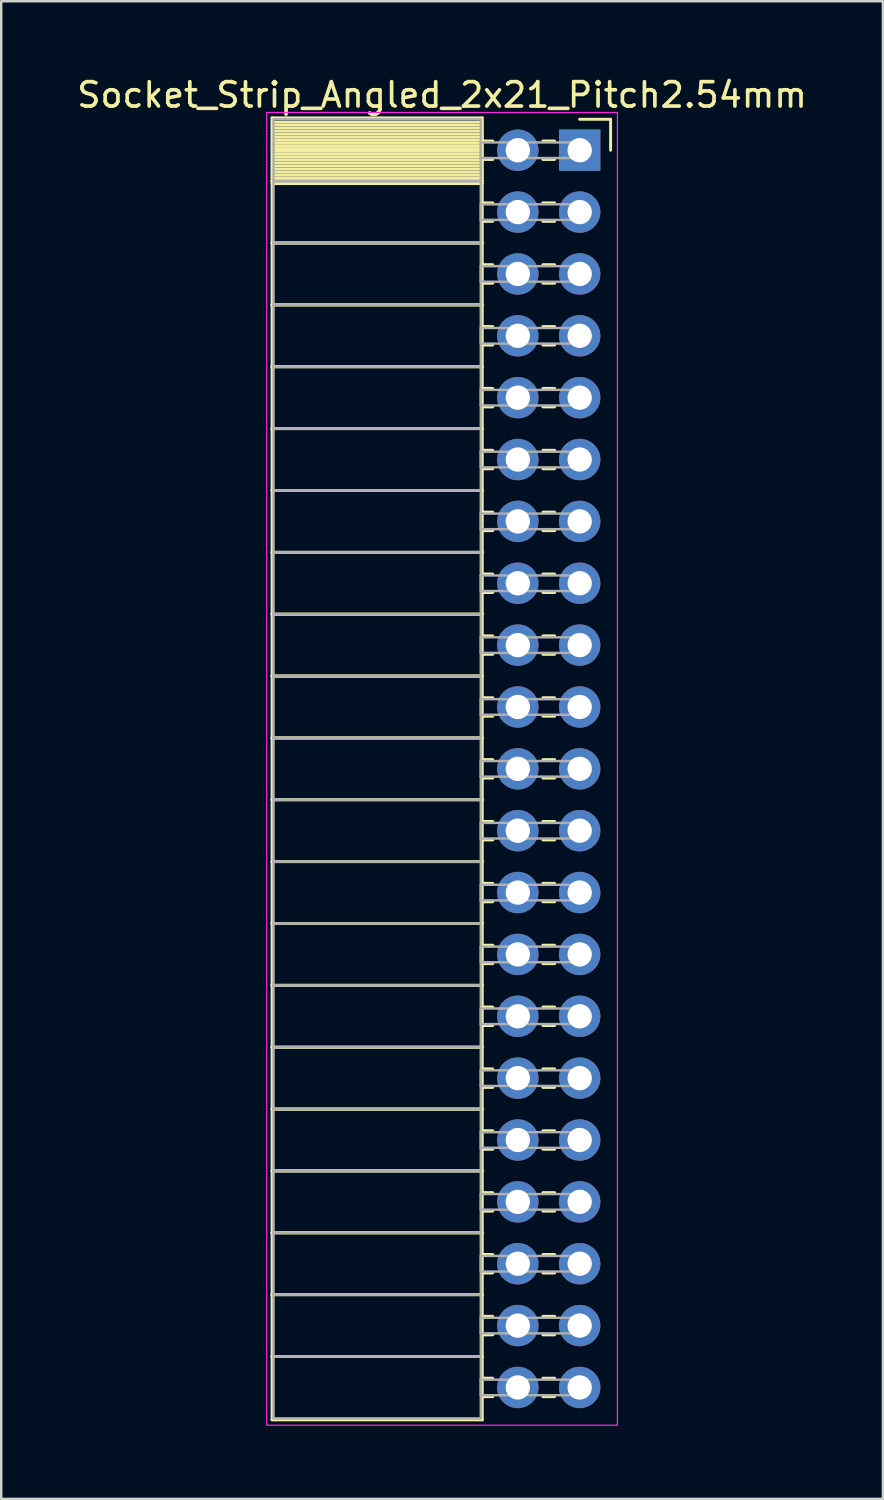
<source format=kicad_pcb>
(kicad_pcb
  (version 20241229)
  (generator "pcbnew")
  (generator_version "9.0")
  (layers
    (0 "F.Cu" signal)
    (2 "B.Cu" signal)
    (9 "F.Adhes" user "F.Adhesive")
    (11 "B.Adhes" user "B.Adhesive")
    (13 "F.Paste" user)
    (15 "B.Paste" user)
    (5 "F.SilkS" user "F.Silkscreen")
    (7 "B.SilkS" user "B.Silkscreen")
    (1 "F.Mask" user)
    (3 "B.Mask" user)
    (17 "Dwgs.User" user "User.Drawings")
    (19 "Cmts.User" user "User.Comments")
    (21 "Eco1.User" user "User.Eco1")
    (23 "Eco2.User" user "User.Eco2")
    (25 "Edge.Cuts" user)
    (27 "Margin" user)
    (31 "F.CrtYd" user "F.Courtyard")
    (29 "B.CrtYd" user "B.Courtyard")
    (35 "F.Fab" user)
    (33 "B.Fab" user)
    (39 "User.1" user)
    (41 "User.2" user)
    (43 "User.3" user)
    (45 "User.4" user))
  (footprint "Socket_Strip_Angled_2x21_Pitch2.54mm"
    (layer "F.Cu")
    (at 20.751 3.118)
    (property "Reference" "Socket_Strip_Angled_2x21_Pitch2.54mm" (at -5.65 -2.27 0) (layer "F.SilkS") (effects (font (size 1 1) (thickness 0.15))))
    (attr through_hole)
    (fp_line (start -12.63 -1.33) (end -4 -1.33) (stroke (width 0.12) (type solid)) (layer "F.SilkS"))
    (fp_line (start -12.63 1.27) (end -12.63 -1.33) (stroke (width 0.12) (type solid)) (layer "F.SilkS"))
    (fp_line (start -12.63 1.27) (end -4 1.27) (stroke (width 0.12) (type solid)) (layer "F.SilkS"))
    (fp_line (start -12.63 3.81) (end -12.63 1.27) (stroke (width 0.12) (type solid)) (layer "F.SilkS"))
    (fp_line (start -12.63 3.81) (end -4 3.81) (stroke (width 0.12) (type solid)) (layer "F.SilkS"))
    (fp_line (start -12.63 6.35) (end -12.63 3.81) (stroke (width 0.12) (type solid)) (layer "F.SilkS"))
    (fp_line (start -12.63 6.35) (end -4 6.35) (stroke (width 0.12) (type solid)) (layer "F.SilkS"))
    (fp_line (start -12.63 8.89) (end -12.63 6.35) (stroke (width 0.12) (type solid)) (layer "F.SilkS"))
    (fp_line (start -12.63 8.89) (end -4 8.89) (stroke (width 0.12) (type solid)) (layer "F.SilkS"))
    (fp_line (start -12.63 11.43) (end -12.63 8.89) (stroke (width 0.12) (type solid)) (layer "F.SilkS"))
    (fp_line (start -12.63 11.43) (end -4 11.43) (stroke (width 0.12) (type solid)) (layer "F.SilkS"))
    (fp_line (start -12.63 13.97) (end -12.63 11.43) (stroke (width 0.12) (type solid)) (layer "F.SilkS"))
    (fp_line (start -12.63 13.97) (end -4 13.97) (stroke (width 0.12) (type solid)) (layer "F.SilkS"))
    (fp_line (start -12.63 16.51) (end -12.63 13.97) (stroke (width 0.12) (type solid)) (layer "F.SilkS"))
    (fp_line (start -12.63 16.51) (end -4 16.51) (stroke (width 0.12) (type solid)) (layer "F.SilkS"))
    (fp_line (start -12.63 19.05) (end -12.63 16.51) (stroke (width 0.12) (type solid)) (layer "F.SilkS"))
    (fp_line (start -12.63 19.05) (end -4 19.05) (stroke (width 0.12) (type solid)) (layer "F.SilkS"))
    (fp_line (start -12.63 21.59) (end -12.63 19.05) (stroke (width 0.12) (type solid)) (layer "F.SilkS"))
    (fp_line (start -12.63 21.59) (end -4 21.59) (stroke (width 0.12) (type solid)) (layer "F.SilkS"))
    (fp_line (start -12.63 24.13) (end -12.63 21.59) (stroke (width 0.12) (type solid)) (layer "F.SilkS"))
    (fp_line (start -12.63 24.13) (end -4 24.13) (stroke (width 0.12) (type solid)) (layer "F.SilkS"))
    (fp_line (start -12.63 26.67) (end -12.63 24.13) (stroke (width 0.12) (type solid)) (layer "F.SilkS"))
    (fp_line (start -12.63 26.67) (end -4 26.67) (stroke (width 0.12) (type solid)) (layer "F.SilkS"))
    (fp_line (start -12.63 29.21) (end -12.63 26.67) (stroke (width 0.12) (type solid)) (layer "F.SilkS"))
    (fp_line (start -12.63 29.21) (end -4 29.21) (stroke (width 0.12) (type solid)) (layer "F.SilkS"))
    (fp_line (start -12.63 31.75) (end -12.63 29.21) (stroke (width 0.12) (type solid)) (layer "F.SilkS"))
    (fp_line (start -12.63 31.75) (end -4 31.75) (stroke (width 0.12) (type solid)) (layer "F.SilkS"))
    (fp_line (start -12.63 34.29) (end -12.63 31.75) (stroke (width 0.12) (type solid)) (layer "F.SilkS"))
    (fp_line (start -12.63 34.29) (end -4 34.29) (stroke (width 0.12) (type solid)) (layer "F.SilkS"))
    (fp_line (start -12.63 36.83) (end -12.63 34.29) (stroke (width 0.12) (type solid)) (layer "F.SilkS"))
    (fp_line (start -12.63 36.83) (end -4 36.83) (stroke (width 0.12) (type solid)) (layer "F.SilkS"))
    (fp_line (start -12.63 39.37) (end -12.63 36.83) (stroke (width 0.12) (type solid)) (layer "F.SilkS"))
    (fp_line (start -12.63 39.37) (end -4 39.37) (stroke (width 0.12) (type solid)) (layer "F.SilkS"))
    (fp_line (start -12.63 41.91) (end -12.63 39.37) (stroke (width 0.12) (type solid)) (layer "F.SilkS"))
    (fp_line (start -12.63 41.91) (end -4 41.91) (stroke (width 0.12) (type solid)) (layer "F.SilkS"))
    (fp_line (start -12.63 44.45) (end -12.63 41.91) (stroke (width 0.12) (type solid)) (layer "F.SilkS"))
    (fp_line (start -12.63 44.45) (end -4 44.45) (stroke (width 0.12) (type solid)) (layer "F.SilkS"))
    (fp_line (start -12.63 46.99) (end -12.63 44.45) (stroke (width 0.12) (type solid)) (layer "F.SilkS"))
    (fp_line (start -12.63 46.99) (end -4 46.99) (stroke (width 0.12) (type solid)) (layer "F.SilkS"))
    (fp_line (start -12.63 49.53) (end -12.63 46.99) (stroke (width 0.12) (type solid)) (layer "F.SilkS"))
    (fp_line (start -12.63 49.53) (end -4 49.53) (stroke (width 0.12) (type solid)) (layer "F.SilkS"))
    (fp_line (start -12.63 52.13) (end -12.63 49.53) (stroke (width 0.12) (type solid)) (layer "F.SilkS"))
    (fp_line (start -4 -1.33) (end -4 1.27) (stroke (width 0.12) (type solid)) (layer "F.SilkS"))
    (fp_line (start -4 -1.15) (end -12.63 -1.15) (stroke (width 0.12) (type solid)) (layer "F.SilkS"))
    (fp_line (start -4 -1.03) (end -12.63 -1.03) (stroke (width 0.12) (type solid)) (layer "F.SilkS"))
    (fp_line (start -4 -0.91) (end -12.63 -0.91) (stroke (width 0.12) (type solid)) (layer "F.SilkS"))
    (fp_line (start -4 -0.79) (end -12.63 -0.79) (stroke (width 0.12) (type solid)) (layer "F.SilkS"))
    (fp_line (start -4 -0.67) (end -12.63 -0.67) (stroke (width 0.12) (type solid)) (layer "F.SilkS"))
    (fp_line (start -4 -0.55) (end -12.63 -0.55) (stroke (width 0.12) (type solid)) (layer "F.SilkS"))
    (fp_line (start -4 -0.43) (end -12.63 -0.43) (stroke (width 0.12) (type solid)) (layer "F.SilkS"))
    (fp_line (start -4 -0.31) (end -12.63 -0.31) (stroke (width 0.12) (type solid)) (layer "F.SilkS"))
    (fp_line (start -4 -0.19) (end -12.63 -0.19) (stroke (width 0.12) (type solid)) (layer "F.SilkS"))
    (fp_line (start -4 -0.07) (end -12.63 -0.07) (stroke (width 0.12) (type solid)) (layer "F.SilkS"))
    (fp_line (start -4 0.05) (end -12.63 0.05) (stroke (width 0.12) (type solid)) (layer "F.SilkS"))
    (fp_line (start -4 0.17) (end -12.63 0.17) (stroke (width 0.12) (type solid)) (layer "F.SilkS"))
    (fp_line (start -4 0.29) (end -12.63 0.29) (stroke (width 0.12) (type solid)) (layer "F.SilkS"))
    (fp_line (start -4 0.41) (end -12.63 0.41) (stroke (width 0.12) (type solid)) (layer "F.SilkS"))
    (fp_line (start -4 0.53) (end -12.63 0.53) (stroke (width 0.12) (type solid)) (layer "F.SilkS"))
    (fp_line (start -4 0.65) (end -12.63 0.65) (stroke (width 0.12) (type solid)) (layer "F.SilkS"))
    (fp_line (start -4 0.77) (end -12.63 0.77) (stroke (width 0.12) (type solid)) (layer "F.SilkS"))
    (fp_line (start -4 0.89) (end -12.63 0.89) (stroke (width 0.12) (type solid)) (layer "F.SilkS"))
    (fp_line (start -4 1.01) (end -12.63 1.01) (stroke (width 0.12) (type solid)) (layer "F.SilkS"))
    (fp_line (start -4 1.13) (end -12.63 1.13) (stroke (width 0.12) (type solid)) (layer "F.SilkS"))
    (fp_line (start -4 1.25) (end -12.63 1.25) (stroke (width 0.12) (type solid)) (layer "F.SilkS"))
    (fp_line (start -4 1.27) (end -12.63 1.27) (stroke (width 0.12) (type solid)) (layer "F.SilkS"))
    (fp_line (start -4 1.27) (end -4 3.81) (stroke (width 0.12) (type solid)) (layer "F.SilkS"))
    (fp_line (start -4 1.37) (end -12.63 1.37) (stroke (width 0.12) (type solid)) (layer "F.SilkS"))
    (fp_line (start -4 3.81) (end -12.63 3.81) (stroke (width 0.12) (type solid)) (layer "F.SilkS"))
    (fp_line (start -4 3.81) (end -4 6.35) (stroke (width 0.12) (type solid)) (layer "F.SilkS"))
    (fp_line (start -4 6.35) (end -12.63 6.35) (stroke (width 0.12) (type solid)) (layer "F.SilkS"))
    (fp_line (start -4 6.35) (end -4 8.89) (stroke (width 0.12) (type solid)) (layer "F.SilkS"))
    (fp_line (start -4 8.89) (end -12.63 8.89) (stroke (width 0.12) (type solid)) (layer "F.SilkS"))
    (fp_line (start -4 8.89) (end -4 11.43) (stroke (width 0.12) (type solid)) (layer "F.SilkS"))
    (fp_line (start -4 11.43) (end -12.63 11.43) (stroke (width 0.12) (type solid)) (layer "F.SilkS"))
    (fp_line (start -4 11.43) (end -4 13.97) (stroke (width 0.12) (type solid)) (layer "F.SilkS"))
    (fp_line (start -4 13.97) (end -12.63 13.97) (stroke (width 0.12) (type solid)) (layer "F.SilkS"))
    (fp_line (start -4 13.97) (end -4 16.51) (stroke (width 0.12) (type solid)) (layer "F.SilkS"))
    (fp_line (start -4 16.51) (end -12.63 16.51) (stroke (width 0.12) (type solid)) (layer "F.SilkS"))
    (fp_line (start -4 16.51) (end -4 19.05) (stroke (width 0.12) (type solid)) (layer "F.SilkS"))
    (fp_line (start -4 19.05) (end -12.63 19.05) (stroke (width 0.12) (type solid)) (layer "F.SilkS"))
    (fp_line (start -4 19.05) (end -4 21.59) (stroke (width 0.12) (type solid)) (layer "F.SilkS"))
    (fp_line (start -4 21.59) (end -12.63 21.59) (stroke (width 0.12) (type solid)) (layer "F.SilkS"))
    (fp_line (start -4 21.59) (end -4 24.13) (stroke (width 0.12) (type solid)) (layer "F.SilkS"))
    (fp_line (start -4 24.13) (end -12.63 24.13) (stroke (width 0.12) (type solid)) (layer "F.SilkS"))
    (fp_line (start -4 24.13) (end -4 26.67) (stroke (width 0.12) (type solid)) (layer "F.SilkS"))
    (fp_line (start -4 26.67) (end -12.63 26.67) (stroke (width 0.12) (type solid)) (layer "F.SilkS"))
    (fp_line (start -4 26.67) (end -4 29.21) (stroke (width 0.12) (type solid)) (layer "F.SilkS"))
    (fp_line (start -4 29.21) (end -12.63 29.21) (stroke (width 0.12) (type solid)) (layer "F.SilkS"))
    (fp_line (start -4 29.21) (end -4 31.75) (stroke (width 0.12) (type solid)) (layer "F.SilkS"))
    (fp_line (start -4 31.75) (end -12.63 31.75) (stroke (width 0.12) (type solid)) (layer "F.SilkS"))
    (fp_line (start -4 31.75) (end -4 34.29) (stroke (width 0.12) (type solid)) (layer "F.SilkS"))
    (fp_line (start -4 34.29) (end -12.63 34.29) (stroke (width 0.12) (type solid)) (layer "F.SilkS"))
    (fp_line (start -4 34.29) (end -4 36.83) (stroke (width 0.12) (type solid)) (layer "F.SilkS"))
    (fp_line (start -4 36.83) (end -12.63 36.83) (stroke (width 0.12) (type solid)) (layer "F.SilkS"))
    (fp_line (start -4 36.83) (end -4 39.37) (stroke (width 0.12) (type solid)) (layer "F.SilkS"))
    (fp_line (start -4 39.37) (end -12.63 39.37) (stroke (width 0.12) (type solid)) (layer "F.SilkS"))
    (fp_line (start -4 39.37) (end -4 41.91) (stroke (width 0.12) (type solid)) (layer "F.SilkS"))
    (fp_line (start -4 41.91) (end -12.63 41.91) (stroke (width 0.12) (type solid)) (layer "F.SilkS"))
    (fp_line (start -4 41.91) (end -4 44.45) (stroke (width 0.12) (type solid)) (layer "F.SilkS"))
    (fp_line (start -4 44.45) (end -12.63 44.45) (stroke (width 0.12) (type solid)) (layer "F.SilkS"))
    (fp_line (start -4 44.45) (end -4 46.99) (stroke (width 0.12) (type solid)) (layer "F.SilkS"))
    (fp_line (start -4 46.99) (end -12.63 46.99) (stroke (width 0.12) (type solid)) (layer "F.SilkS"))
    (fp_line (start -4 46.99) (end -4 49.53) (stroke (width 0.12) (type solid)) (layer "F.SilkS"))
    (fp_line (start -4 49.53) (end -12.63 49.53) (stroke (width 0.12) (type solid)) (layer "F.SilkS"))
    (fp_line (start -4 49.53) (end -4 52.13) (stroke (width 0.12) (type solid)) (layer "F.SilkS"))
    (fp_line (start -4 52.13) (end -12.63 52.13) (stroke (width 0.12) (type solid)) (layer "F.SilkS"))
    (fp_line (start -3.57 -0.38) (end -4 -0.38) (stroke (width 0.12) (type solid)) (layer "F.SilkS"))
    (fp_line (start -3.57 0.38) (end -4 0.38) (stroke (width 0.12) (type solid)) (layer "F.SilkS"))
    (fp_line (start -3.57 2.16) (end -4 2.16) (stroke (width 0.12) (type solid)) (layer "F.SilkS"))
    (fp_line (start -3.57 2.92) (end -4 2.92) (stroke (width 0.12) (type solid)) (layer "F.SilkS"))
    (fp_line (start -3.57 4.7) (end -4 4.7) (stroke (width 0.12) (type solid)) (layer "F.SilkS"))
    (fp_line (start -3.57 5.46) (end -4 5.46) (stroke (width 0.12) (type solid)) (layer "F.SilkS"))
    (fp_line (start -3.57 7.24) (end -4 7.24) (stroke (width 0.12) (type solid)) (layer "F.SilkS"))
    (fp_line (start -3.57 8) (end -4 8) (stroke (width 0.12) (type solid)) (layer "F.SilkS"))
    (fp_line (start -3.57 9.78) (end -4 9.78) (stroke (width 0.12) (type solid)) (layer "F.SilkS"))
    (fp_line (start -3.57 10.54) (end -4 10.54) (stroke (width 0.12) (type solid)) (layer "F.SilkS"))
    (fp_line (start -3.57 12.32) (end -4 12.32) (stroke (width 0.12) (type solid)) (layer "F.SilkS"))
    (fp_line (start -3.57 13.08) (end -4 13.08) (stroke (width 0.12) (type solid)) (layer "F.SilkS"))
    (fp_line (start -3.57 14.86) (end -4 14.86) (stroke (width 0.12) (type solid)) (layer "F.SilkS"))
    (fp_line (start -3.57 15.62) (end -4 15.62) (stroke (width 0.12) (type solid)) (layer "F.SilkS"))
    (fp_line (start -3.57 17.4) (end -4 17.4) (stroke (width 0.12) (type solid)) (layer "F.SilkS"))
    (fp_line (start -3.57 18.16) (end -4 18.16) (stroke (width 0.12) (type solid)) (layer "F.SilkS"))
    (fp_line (start -3.57 19.94) (end -4 19.94) (stroke (width 0.12) (type solid)) (layer "F.SilkS"))
    (fp_line (start -3.57 20.7) (end -4 20.7) (stroke (width 0.12) (type solid)) (layer "F.SilkS"))
    (fp_line (start -3.57 22.48) (end -4 22.48) (stroke (width 0.12) (type solid)) (layer "F.SilkS"))
    (fp_line (start -3.57 23.24) (end -4 23.24) (stroke (width 0.12) (type solid)) (layer "F.SilkS"))
    (fp_line (start -3.57 25.02) (end -4 25.02) (stroke (width 0.12) (type solid)) (layer "F.SilkS"))
    (fp_line (start -3.57 25.78) (end -4 25.78) (stroke (width 0.12) (type solid)) (layer "F.SilkS"))
    (fp_line (start -3.57 27.56) (end -4 27.56) (stroke (width 0.12) (type solid)) (layer "F.SilkS"))
    (fp_line (start -3.57 28.32) (end -4 28.32) (stroke (width 0.12) (type solid)) (layer "F.SilkS"))
    (fp_line (start -3.57 30.1) (end -4 30.1) (stroke (width 0.12) (type solid)) (layer "F.SilkS"))
    (fp_line (start -3.57 30.86) (end -4 30.86) (stroke (width 0.12) (type solid)) (layer "F.SilkS"))
    (fp_line (start -3.57 32.64) (end -4 32.64) (stroke (width 0.12) (type solid)) (layer "F.SilkS"))
    (fp_line (start -3.57 33.4) (end -4 33.4) (stroke (width 0.12) (type solid)) (layer "F.SilkS"))
    (fp_line (start -3.57 35.18) (end -4 35.18) (stroke (width 0.12) (type solid)) (layer "F.SilkS"))
    (fp_line (start -3.57 35.94) (end -4 35.94) (stroke (width 0.12) (type solid)) (layer "F.SilkS"))
    (fp_line (start -3.57 37.72) (end -4 37.72) (stroke (width 0.12) (type solid)) (layer "F.SilkS"))
    (fp_line (start -3.57 38.48) (end -4 38.48) (stroke (width 0.12) (type solid)) (layer "F.SilkS"))
    (fp_line (start -3.57 40.26) (end -4 40.26) (stroke (width 0.12) (type solid)) (layer "F.SilkS"))
    (fp_line (start -3.57 41.02) (end -4 41.02) (stroke (width 0.12) (type solid)) (layer "F.SilkS"))
    (fp_line (start -3.57 42.8) (end -4 42.8) (stroke (width 0.12) (type solid)) (layer "F.SilkS"))
    (fp_line (start -3.57 43.56) (end -4 43.56) (stroke (width 0.12) (type solid)) (layer "F.SilkS"))
    (fp_line (start -3.57 45.34) (end -4 45.34) (stroke (width 0.12) (type solid)) (layer "F.SilkS"))
    (fp_line (start -3.57 46.1) (end -4 46.1) (stroke (width 0.12) (type solid)) (layer "F.SilkS"))
    (fp_line (start -3.57 47.88) (end -4 47.88) (stroke (width 0.12) (type solid)) (layer "F.SilkS"))
    (fp_line (start -3.57 48.64) (end -4 48.64) (stroke (width 0.12) (type solid)) (layer "F.SilkS"))
    (fp_line (start -3.57 50.42) (end -4 50.42) (stroke (width 0.12) (type solid)) (layer "F.SilkS"))
    (fp_line (start -3.57 51.18) (end -4 51.18) (stroke (width 0.12) (type solid)) (layer "F.SilkS"))
    (fp_line (start -1.03 -0.38) (end -1.51 -0.38) (stroke (width 0.12) (type solid)) (layer "F.SilkS"))
    (fp_line (start -1.03 0.38) (end -1.51 0.38) (stroke (width 0.12) (type solid)) (layer "F.SilkS"))
    (fp_line (start -1.03 2.16) (end -1.51 2.16) (stroke (width 0.12) (type solid)) (layer "F.SilkS"))
    (fp_line (start -1.03 2.92) (end -1.51 2.92) (stroke (width 0.12) (type solid)) (layer "F.SilkS"))
    (fp_line (start -1.03 4.7) (end -1.51 4.7) (stroke (width 0.12) (type solid)) (layer "F.SilkS"))
    (fp_line (start -1.03 5.46) (end -1.51 5.46) (stroke (width 0.12) (type solid)) (layer "F.SilkS"))
    (fp_line (start -1.03 7.24) (end -1.51 7.24) (stroke (width 0.12) (type solid)) (layer "F.SilkS"))
    (fp_line (start -1.03 8) (end -1.51 8) (stroke (width 0.12) (type solid)) (layer "F.SilkS"))
    (fp_line (start -1.03 9.78) (end -1.51 9.78) (stroke (width 0.12) (type solid)) (layer "F.SilkS"))
    (fp_line (start -1.03 10.54) (end -1.51 10.54) (stroke (width 0.12) (type solid)) (layer "F.SilkS"))
    (fp_line (start -1.03 12.32) (end -1.51 12.32) (stroke (width 0.12) (type solid)) (layer "F.SilkS"))
    (fp_line (start -1.03 13.08) (end -1.51 13.08) (stroke (width 0.12) (type solid)) (layer "F.SilkS"))
    (fp_line (start -1.03 14.86) (end -1.51 14.86) (stroke (width 0.12) (type solid)) (layer "F.SilkS"))
    (fp_line (start -1.03 15.62) (end -1.51 15.62) (stroke (width 0.12) (type solid)) (layer "F.SilkS"))
    (fp_line (start -1.03 17.4) (end -1.51 17.4) (stroke (width 0.12) (type solid)) (layer "F.SilkS"))
    (fp_line (start -1.03 18.16) (end -1.51 18.16) (stroke (width 0.12) (type solid)) (layer "F.SilkS"))
    (fp_line (start -1.03 19.94) (end -1.51 19.94) (stroke (width 0.12) (type solid)) (layer "F.SilkS"))
    (fp_line (start -1.03 20.7) (end -1.51 20.7) (stroke (width 0.12) (type solid)) (layer "F.SilkS"))
    (fp_line (start -1.03 22.48) (end -1.51 22.48) (stroke (width 0.12) (type solid)) (layer "F.SilkS"))
    (fp_line (start -1.03 23.24) (end -1.51 23.24) (stroke (width 0.12) (type solid)) (layer "F.SilkS"))
    (fp_line (start -1.03 25.02) (end -1.51 25.02) (stroke (width 0.12) (type solid)) (layer "F.SilkS"))
    (fp_line (start -1.03 25.78) (end -1.51 25.78) (stroke (width 0.12) (type solid)) (layer "F.SilkS"))
    (fp_line (start -1.03 27.56) (end -1.51 27.56) (stroke (width 0.12) (type solid)) (layer "F.SilkS"))
    (fp_line (start -1.03 28.32) (end -1.51 28.32) (stroke (width 0.12) (type solid)) (layer "F.SilkS"))
    (fp_line (start -1.03 30.1) (end -1.51 30.1) (stroke (width 0.12) (type solid)) (layer "F.SilkS"))
    (fp_line (start -1.03 30.86) (end -1.51 30.86) (stroke (width 0.12) (type solid)) (layer "F.SilkS"))
    (fp_line (start -1.03 32.64) (end -1.51 32.64) (stroke (width 0.12) (type solid)) (layer "F.SilkS"))
    (fp_line (start -1.03 33.4) (end -1.51 33.4) (stroke (width 0.12) (type solid)) (layer "F.SilkS"))
    (fp_line (start -1.03 35.18) (end -1.51 35.18) (stroke (width 0.12) (type solid)) (layer "F.SilkS"))
    (fp_line (start -1.03 35.94) (end -1.51 35.94) (stroke (width 0.12) (type solid)) (layer "F.SilkS"))
    (fp_line (start -1.03 37.72) (end -1.51 37.72) (stroke (width 0.12) (type solid)) (layer "F.SilkS"))
    (fp_line (start -1.03 38.48) (end -1.51 38.48) (stroke (width 0.12) (type solid)) (layer "F.SilkS"))
    (fp_line (start -1.03 40.26) (end -1.51 40.26) (stroke (width 0.12) (type solid)) (layer "F.SilkS"))
    (fp_line (start -1.03 41.02) (end -1.51 41.02) (stroke (width 0.12) (type solid)) (layer "F.SilkS"))
    (fp_line (start -1.03 42.8) (end -1.51 42.8) (stroke (width 0.12) (type solid)) (layer "F.SilkS"))
    (fp_line (start -1.03 43.56) (end -1.51 43.56) (stroke (width 0.12) (type solid)) (layer "F.SilkS"))
    (fp_line (start -1.03 45.34) (end -1.51 45.34) (stroke (width 0.12) (type solid)) (layer "F.SilkS"))
    (fp_line (start -1.03 46.1) (end -1.51 46.1) (stroke (width 0.12) (type solid)) (layer "F.SilkS"))
    (fp_line (start -1.03 47.88) (end -1.51 47.88) (stroke (width 0.12) (type solid)) (layer "F.SilkS"))
    (fp_line (start -1.03 48.64) (end -1.51 48.64) (stroke (width 0.12) (type solid)) (layer "F.SilkS"))
    (fp_line (start -1.03 50.42) (end -1.51 50.42) (stroke (width 0.12) (type solid)) (layer "F.SilkS"))
    (fp_line (start -1.03 51.18) (end -1.51 51.18) (stroke (width 0.12) (type solid)) (layer "F.SilkS"))
    (fp_line (start 0 -1.27) (end 1.27 -1.27) (stroke (width 0.12) (type solid)) (layer "F.SilkS"))
    (fp_line (start 1.27 -1.27) (end 1.27 0) (stroke (width 0.12) (type solid)) (layer "F.SilkS"))
    (fp_line (start -12.85 -1.55) (end 1.55 -1.55) (stroke (width 0.05) (type solid)) (layer "F.CrtYd"))
    (fp_line (start -12.85 52.35) (end -12.85 -1.55) (stroke (width 0.05) (type solid)) (layer "F.CrtYd"))
    (fp_line (start 1.55 -1.55) (end 1.55 52.35) (stroke (width 0.05) (type solid)) (layer "F.CrtYd"))
    (fp_line (start 1.55 52.35) (end -12.85 52.35) (stroke (width 0.05) (type solid)) (layer "F.CrtYd"))
    (fp_line (start -12.57 -1.27) (end -4.06 -1.27) (stroke (width 0.1) (type solid)) (layer "F.Fab"))
    (fp_line (start -12.57 1.27) (end -12.57 -1.27) (stroke (width 0.1) (type solid)) (layer "F.Fab"))
    (fp_line (start -12.57 1.27) (end -4.06 1.27) (stroke (width 0.1) (type solid)) (layer "F.Fab"))
    (fp_line (start -12.57 3.81) (end -12.57 1.27) (stroke (width 0.1) (type solid)) (layer "F.Fab"))
    (fp_line (start -12.57 3.81) (end -4.06 3.81) (stroke (width 0.1) (type solid)) (layer "F.Fab"))
    (fp_line (start -12.57 6.35) (end -12.57 3.81) (stroke (width 0.1) (type solid)) (layer "F.Fab"))
    (fp_line (start -12.57 6.35) (end -4.06 6.35) (stroke (width 0.1) (type solid)) (layer "F.Fab"))
    (fp_line (start -12.57 8.89) (end -12.57 6.35) (stroke (width 0.1) (type solid)) (layer "F.Fab"))
    (fp_line (start -12.57 8.89) (end -4.06 8.89) (stroke (width 0.1) (type solid)) (layer "F.Fab"))
    (fp_line (start -12.57 11.43) (end -12.57 8.89) (stroke (width 0.1) (type solid)) (layer "F.Fab"))
    (fp_line (start -12.57 11.43) (end -4.06 11.43) (stroke (width 0.1) (type solid)) (layer "F.Fab"))
    (fp_line (start -12.57 13.97) (end -12.57 11.43) (stroke (width 0.1) (type solid)) (layer "F.Fab"))
    (fp_line (start -12.57 13.97) (end -4.06 13.97) (stroke (width 0.1) (type solid)) (layer "F.Fab"))
    (fp_line (start -12.57 16.51) (end -12.57 13.97) (stroke (width 0.1) (type solid)) (layer "F.Fab"))
    (fp_line (start -12.57 16.51) (end -4.06 16.51) (stroke (width 0.1) (type solid)) (layer "F.Fab"))
    (fp_line (start -12.57 19.05) (end -12.57 16.51) (stroke (width 0.1) (type solid)) (layer "F.Fab"))
    (fp_line (start -12.57 19.05) (end -4.06 19.05) (stroke (width 0.1) (type solid)) (layer "F.Fab"))
    (fp_line (start -12.57 21.59) (end -12.57 19.05) (stroke (width 0.1) (type solid)) (layer "F.Fab"))
    (fp_line (start -12.57 21.59) (end -4.06 21.59) (stroke (width 0.1) (type solid)) (layer "F.Fab"))
    (fp_line (start -12.57 24.13) (end -12.57 21.59) (stroke (width 0.1) (type solid)) (layer "F.Fab"))
    (fp_line (start -12.57 24.13) (end -4.06 24.13) (stroke (width 0.1) (type solid)) (layer "F.Fab"))
    (fp_line (start -12.57 26.67) (end -12.57 24.13) (stroke (width 0.1) (type solid)) (layer "F.Fab"))
    (fp_line (start -12.57 26.67) (end -4.06 26.67) (stroke (width 0.1) (type solid)) (layer "F.Fab"))
    (fp_line (start -12.57 29.21) (end -12.57 26.67) (stroke (width 0.1) (type solid)) (layer "F.Fab"))
    (fp_line (start -12.57 29.21) (end -4.06 29.21) (stroke (width 0.1) (type solid)) (layer "F.Fab"))
    (fp_line (start -12.57 31.75) (end -12.57 29.21) (stroke (width 0.1) (type solid)) (layer "F.Fab"))
    (fp_line (start -12.57 31.75) (end -4.06 31.75) (stroke (width 0.1) (type solid)) (layer "F.Fab"))
    (fp_line (start -12.57 34.29) (end -12.57 31.75) (stroke (width 0.1) (type solid)) (layer "F.Fab"))
    (fp_line (start -12.57 34.29) (end -4.06 34.29) (stroke (width 0.1) (type solid)) (layer "F.Fab"))
    (fp_line (start -12.57 36.83) (end -12.57 34.29) (stroke (width 0.1) (type solid)) (layer "F.Fab"))
    (fp_line (start -12.57 36.83) (end -4.06 36.83) (stroke (width 0.1) (type solid)) (layer "F.Fab"))
    (fp_line (start -12.57 39.37) (end -12.57 36.83) (stroke (width 0.1) (type solid)) (layer "F.Fab"))
    (fp_line (start -12.57 39.37) (end -4.06 39.37) (stroke (width 0.1) (type solid)) (layer "F.Fab"))
    (fp_line (start -12.57 41.91) (end -12.57 39.37) (stroke (width 0.1) (type solid)) (layer "F.Fab"))
    (fp_line (start -12.57 41.91) (end -4.06 41.91) (stroke (width 0.1) (type solid)) (layer "F.Fab"))
    (fp_line (start -12.57 44.45) (end -12.57 41.91) (stroke (width 0.1) (type solid)) (layer "F.Fab"))
    (fp_line (start -12.57 44.45) (end -4.06 44.45) (stroke (width 0.1) (type solid)) (layer "F.Fab"))
    (fp_line (start -12.57 46.99) (end -12.57 44.45) (stroke (width 0.1) (type solid)) (layer "F.Fab"))
    (fp_line (start -12.57 46.99) (end -4.06 46.99) (stroke (width 0.1) (type solid)) (layer "F.Fab"))
    (fp_line (start -12.57 49.53) (end -12.57 46.99) (stroke (width 0.1) (type solid)) (layer "F.Fab"))
    (fp_line (start -12.57 49.53) (end -4.06 49.53) (stroke (width 0.1) (type solid)) (layer "F.Fab"))
    (fp_line (start -12.57 52.07) (end -12.57 49.53) (stroke (width 0.1) (type solid)) (layer "F.Fab"))
    (fp_line (start -4.06 -1.27) (end -4.06 1.27) (stroke (width 0.1) (type solid)) (layer "F.Fab"))
    (fp_line (start -4.06 -0.32) (end 0 -0.32) (stroke (width 0.1) (type solid)) (layer "F.Fab"))
    (fp_line (start -4.06 0.32) (end -4.06 -0.32) (stroke (width 0.1) (type solid)) (layer "F.Fab"))
    (fp_line (start -4.06 1.27) (end -12.57 1.27) (stroke (width 0.1) (type solid)) (layer "F.Fab"))
    (fp_line (start -4.06 1.27) (end -4.06 3.81) (stroke (width 0.1) (type solid)) (layer "F.Fab"))
    (fp_line (start -4.06 2.22) (end 0 2.22) (stroke (width 0.1) (type solid)) (layer "F.Fab"))
    (fp_line (start -4.06 2.86) (end -4.06 2.22) (stroke (width 0.1) (type solid)) (layer "F.Fab"))
    (fp_line (start -4.06 3.81) (end -12.57 3.81) (stroke (width 0.1) (type solid)) (layer "F.Fab"))
    (fp_line (start -4.06 3.81) (end -4.06 6.35) (stroke (width 0.1) (type solid)) (layer "F.Fab"))
    (fp_line (start -4.06 4.76) (end 0 4.76) (stroke (width 0.1) (type solid)) (layer "F.Fab"))
    (fp_line (start -4.06 5.4) (end -4.06 4.76) (stroke (width 0.1) (type solid)) (layer "F.Fab"))
    (fp_line (start -4.06 6.35) (end -12.57 6.35) (stroke (width 0.1) (type solid)) (layer "F.Fab"))
    (fp_line (start -4.06 6.35) (end -4.06 8.89) (stroke (width 0.1) (type solid)) (layer "F.Fab"))
    (fp_line (start -4.06 7.3) (end 0 7.3) (stroke (width 0.1) (type solid)) (layer "F.Fab"))
    (fp_line (start -4.06 7.94) (end -4.06 7.3) (stroke (width 0.1) (type solid)) (layer "F.Fab"))
    (fp_line (start -4.06 8.89) (end -12.57 8.89) (stroke (width 0.1) (type solid)) (layer "F.Fab"))
    (fp_line (start -4.06 8.89) (end -4.06 11.43) (stroke (width 0.1) (type solid)) (layer "F.Fab"))
    (fp_line (start -4.06 9.84) (end 0 9.84) (stroke (width 0.1) (type solid)) (layer "F.Fab"))
    (fp_line (start -4.06 10.48) (end -4.06 9.84) (stroke (width 0.1) (type solid)) (layer "F.Fab"))
    (fp_line (start -4.06 11.43) (end -12.57 11.43) (stroke (width 0.1) (type solid)) (layer "F.Fab"))
    (fp_line (start -4.06 11.43) (end -4.06 13.97) (stroke (width 0.1) (type solid)) (layer "F.Fab"))
    (fp_line (start -4.06 12.38) (end 0 12.38) (stroke (width 0.1) (type solid)) (layer "F.Fab"))
    (fp_line (start -4.06 13.02) (end -4.06 12.38) (stroke (width 0.1) (type solid)) (layer "F.Fab"))
    (fp_line (start -4.06 13.97) (end -12.57 13.97) (stroke (width 0.1) (type solid)) (layer "F.Fab"))
    (fp_line (start -4.06 13.97) (end -4.06 16.51) (stroke (width 0.1) (type solid)) (layer "F.Fab"))
    (fp_line (start -4.06 14.92) (end 0 14.92) (stroke (width 0.1) (type solid)) (layer "F.Fab"))
    (fp_line (start -4.06 15.56) (end -4.06 14.92) (stroke (width 0.1) (type solid)) (layer "F.Fab"))
    (fp_line (start -4.06 16.51) (end -12.57 16.51) (stroke (width 0.1) (type solid)) (layer "F.Fab"))
    (fp_line (start -4.06 16.51) (end -4.06 19.05) (stroke (width 0.1) (type solid)) (layer "F.Fab"))
    (fp_line (start -4.06 17.46) (end 0 17.46) (stroke (width 0.1) (type solid)) (layer "F.Fab"))
    (fp_line (start -4.06 18.1) (end -4.06 17.46) (stroke (width 0.1) (type solid)) (layer "F.Fab"))
    (fp_line (start -4.06 19.05) (end -12.57 19.05) (stroke (width 0.1) (type solid)) (layer "F.Fab"))
    (fp_line (start -4.06 19.05) (end -4.06 21.59) (stroke (width 0.1) (type solid)) (layer "F.Fab"))
    (fp_line (start -4.06 20) (end 0 20) (stroke (width 0.1) (type solid)) (layer "F.Fab"))
    (fp_line (start -4.06 20.64) (end -4.06 20) (stroke (width 0.1) (type solid)) (layer "F.Fab"))
    (fp_line (start -4.06 21.59) (end -12.57 21.59) (stroke (width 0.1) (type solid)) (layer "F.Fab"))
    (fp_line (start -4.06 21.59) (end -4.06 24.13) (stroke (width 0.1) (type solid)) (layer "F.Fab"))
    (fp_line (start -4.06 22.54) (end 0 22.54) (stroke (width 0.1) (type solid)) (layer "F.Fab"))
    (fp_line (start -4.06 23.18) (end -4.06 22.54) (stroke (width 0.1) (type solid)) (layer "F.Fab"))
    (fp_line (start -4.06 24.13) (end -12.57 24.13) (stroke (width 0.1) (type solid)) (layer "F.Fab"))
    (fp_line (start -4.06 24.13) (end -4.06 26.67) (stroke (width 0.1) (type solid)) (layer "F.Fab"))
    (fp_line (start -4.06 25.08) (end 0 25.08) (stroke (width 0.1) (type solid)) (layer "F.Fab"))
    (fp_line (start -4.06 25.72) (end -4.06 25.08) (stroke (width 0.1) (type solid)) (layer "F.Fab"))
    (fp_line (start -4.06 26.67) (end -12.57 26.67) (stroke (width 0.1) (type solid)) (layer "F.Fab"))
    (fp_line (start -4.06 26.67) (end -4.06 29.21) (stroke (width 0.1) (type solid)) (layer "F.Fab"))
    (fp_line (start -4.06 27.62) (end 0 27.62) (stroke (width 0.1) (type solid)) (layer "F.Fab"))
    (fp_line (start -4.06 28.26) (end -4.06 27.62) (stroke (width 0.1) (type solid)) (layer "F.Fab"))
    (fp_line (start -4.06 29.21) (end -12.57 29.21) (stroke (width 0.1) (type solid)) (layer "F.Fab"))
    (fp_line (start -4.06 29.21) (end -4.06 31.75) (stroke (width 0.1) (type solid)) (layer "F.Fab"))
    (fp_line (start -4.06 30.16) (end 0 30.16) (stroke (width 0.1) (type solid)) (layer "F.Fab"))
    (fp_line (start -4.06 30.8) (end -4.06 30.16) (stroke (width 0.1) (type solid)) (layer "F.Fab"))
    (fp_line (start -4.06 31.75) (end -12.57 31.75) (stroke (width 0.1) (type solid)) (layer "F.Fab"))
    (fp_line (start -4.06 31.75) (end -4.06 34.29) (stroke (width 0.1) (type solid)) (layer "F.Fab"))
    (fp_line (start -4.06 32.7) (end 0 32.7) (stroke (width 0.1) (type solid)) (layer "F.Fab"))
    (fp_line (start -4.06 33.34) (end -4.06 32.7) (stroke (width 0.1) (type solid)) (layer "F.Fab"))
    (fp_line (start -4.06 34.29) (end -12.57 34.29) (stroke (width 0.1) (type solid)) (layer "F.Fab"))
    (fp_line (start -4.06 34.29) (end -4.06 36.83) (stroke (width 0.1) (type solid)) (layer "F.Fab"))
    (fp_line (start -4.06 35.24) (end 0 35.24) (stroke (width 0.1) (type solid)) (layer "F.Fab"))
    (fp_line (start -4.06 35.88) (end -4.06 35.24) (stroke (width 0.1) (type solid)) (layer "F.Fab"))
    (fp_line (start -4.06 36.83) (end -12.57 36.83) (stroke (width 0.1) (type solid)) (layer "F.Fab"))
    (fp_line (start -4.06 36.83) (end -4.06 39.37) (stroke (width 0.1) (type solid)) (layer "F.Fab"))
    (fp_line (start -4.06 37.78) (end 0 37.78) (stroke (width 0.1) (type solid)) (layer "F.Fab"))
    (fp_line (start -4.06 38.42) (end -4.06 37.78) (stroke (width 0.1) (type solid)) (layer "F.Fab"))
    (fp_line (start -4.06 39.37) (end -12.57 39.37) (stroke (width 0.1) (type solid)) (layer "F.Fab"))
    (fp_line (start -4.06 39.37) (end -4.06 41.91) (stroke (width 0.1) (type solid)) (layer "F.Fab"))
    (fp_line (start -4.06 40.32) (end 0 40.32) (stroke (width 0.1) (type solid)) (layer "F.Fab"))
    (fp_line (start -4.06 40.96) (end -4.06 40.32) (stroke (width 0.1) (type solid)) (layer "F.Fab"))
    (fp_line (start -4.06 41.91) (end -12.57 41.91) (stroke (width 0.1) (type solid)) (layer "F.Fab"))
    (fp_line (start -4.06 41.91) (end -4.06 44.45) (stroke (width 0.1) (type solid)) (layer "F.Fab"))
    (fp_line (start -4.06 42.86) (end 0 42.86) (stroke (width 0.1) (type solid)) (layer "F.Fab"))
    (fp_line (start -4.06 43.5) (end -4.06 42.86) (stroke (width 0.1) (type solid)) (layer "F.Fab"))
    (fp_line (start -4.06 44.45) (end -12.57 44.45) (stroke (width 0.1) (type solid)) (layer "F.Fab"))
    (fp_line (start -4.06 44.45) (end -4.06 46.99) (stroke (width 0.1) (type solid)) (layer "F.Fab"))
    (fp_line (start -4.06 45.4) (end 0 45.4) (stroke (width 0.1) (type solid)) (layer "F.Fab"))
    (fp_line (start -4.06 46.04) (end -4.06 45.4) (stroke (width 0.1) (type solid)) (layer "F.Fab"))
    (fp_line (start -4.06 46.99) (end -12.57 46.99) (stroke (width 0.1) (type solid)) (layer "F.Fab"))
    (fp_line (start -4.06 46.99) (end -4.06 49.53) (stroke (width 0.1) (type solid)) (layer "F.Fab"))
    (fp_line (start -4.06 47.94) (end 0 47.94) (stroke (width 0.1) (type solid)) (layer "F.Fab"))
    (fp_line (start -4.06 48.58) (end -4.06 47.94) (stroke (width 0.1) (type solid)) (layer "F.Fab"))
    (fp_line (start -4.06 49.53) (end -12.57 49.53) (stroke (width 0.1) (type solid)) (layer "F.Fab"))
    (fp_line (start -4.06 49.53) (end -4.06 52.07) (stroke (width 0.1) (type solid)) (layer "F.Fab"))
    (fp_line (start -4.06 50.48) (end 0 50.48) (stroke (width 0.1) (type solid)) (layer "F.Fab"))
    (fp_line (start -4.06 51.12) (end -4.06 50.48) (stroke (width 0.1) (type solid)) (layer "F.Fab"))
    (fp_line (start -4.06 52.07) (end -12.57 52.07) (stroke (width 0.1) (type solid)) (layer "F.Fab"))
    (fp_line (start 0 -0.32) (end 0 0.32) (stroke (width 0.1) (type solid)) (layer "F.Fab"))
    (fp_line (start 0 0.32) (end -4.06 0.32) (stroke (width 0.1) (type solid)) (layer "F.Fab"))
    (fp_line (start 0 2.22) (end 0 2.86) (stroke (width 0.1) (type solid)) (layer "F.Fab"))
    (fp_line (start 0 2.86) (end -4.06 2.86) (stroke (width 0.1) (type solid)) (layer "F.Fab"))
    (fp_line (start 0 4.76) (end 0 5.4) (stroke (width 0.1) (type solid)) (layer "F.Fab"))
    (fp_line (start 0 5.4) (end -4.06 5.4) (stroke (width 0.1) (type solid)) (layer "F.Fab"))
    (fp_line (start 0 7.3) (end 0 7.94) (stroke (width 0.1) (type solid)) (layer "F.Fab"))
    (fp_line (start 0 7.94) (end -4.06 7.94) (stroke (width 0.1) (type solid)) (layer "F.Fab"))
    (fp_line (start 0 9.84) (end 0 10.48) (stroke (width 0.1) (type solid)) (layer "F.Fab"))
    (fp_line (start 0 10.48) (end -4.06 10.48) (stroke (width 0.1) (type solid)) (layer "F.Fab"))
    (fp_line (start 0 12.38) (end 0 13.02) (stroke (width 0.1) (type solid)) (layer "F.Fab"))
    (fp_line (start 0 13.02) (end -4.06 13.02) (stroke (width 0.1) (type solid)) (layer "F.Fab"))
    (fp_line (start 0 14.92) (end 0 15.56) (stroke (width 0.1) (type solid)) (layer "F.Fab"))
    (fp_line (start 0 15.56) (end -4.06 15.56) (stroke (width 0.1) (type solid)) (layer "F.Fab"))
    (fp_line (start 0 17.46) (end 0 18.1) (stroke (width 0.1) (type solid)) (layer "F.Fab"))
    (fp_line (start 0 18.1) (end -4.06 18.1) (stroke (width 0.1) (type solid)) (layer "F.Fab"))
    (fp_line (start 0 20) (end 0 20.64) (stroke (width 0.1) (type solid)) (layer "F.Fab"))
    (fp_line (start 0 20.64) (end -4.06 20.64) (stroke (width 0.1) (type solid)) (layer "F.Fab"))
    (fp_line (start 0 22.54) (end 0 23.18) (stroke (width 0.1) (type solid)) (layer "F.Fab"))
    (fp_line (start 0 23.18) (end -4.06 23.18) (stroke (width 0.1) (type solid)) (layer "F.Fab"))
    (fp_line (start 0 25.08) (end 0 25.72) (stroke (width 0.1) (type solid)) (layer "F.Fab"))
    (fp_line (start 0 25.72) (end -4.06 25.72) (stroke (width 0.1) (type solid)) (layer "F.Fab"))
    (fp_line (start 0 27.62) (end 0 28.26) (stroke (width 0.1) (type solid)) (layer "F.Fab"))
    (fp_line (start 0 28.26) (end -4.06 28.26) (stroke (width 0.1) (type solid)) (layer "F.Fab"))
    (fp_line (start 0 30.16) (end 0 30.8) (stroke (width 0.1) (type solid)) (layer "F.Fab"))
    (fp_line (start 0 30.8) (end -4.06 30.8) (stroke (width 0.1) (type solid)) (layer "F.Fab"))
    (fp_line (start 0 32.7) (end 0 33.34) (stroke (width 0.1) (type solid)) (layer "F.Fab"))
    (fp_line (start 0 33.34) (end -4.06 33.34) (stroke (width 0.1) (type solid)) (layer "F.Fab"))
    (fp_line (start 0 35.24) (end 0 35.88) (stroke (width 0.1) (type solid)) (layer "F.Fab"))
    (fp_line (start 0 35.88) (end -4.06 35.88) (stroke (width 0.1) (type solid)) (layer "F.Fab"))
    (fp_line (start 0 37.78) (end 0 38.42) (stroke (width 0.1) (type solid)) (layer "F.Fab"))
    (fp_line (start 0 38.42) (end -4.06 38.42) (stroke (width 0.1) (type solid)) (layer "F.Fab"))
    (fp_line (start 0 40.32) (end 0 40.96) (stroke (width 0.1) (type solid)) (layer "F.Fab"))
    (fp_line (start 0 40.96) (end -4.06 40.96) (stroke (width 0.1) (type solid)) (layer "F.Fab"))
    (fp_line (start 0 42.86) (end 0 43.5) (stroke (width 0.1) (type solid)) (layer "F.Fab"))
    (fp_line (start 0 43.5) (end -4.06 43.5) (stroke (width 0.1) (type solid)) (layer "F.Fab"))
    (fp_line (start 0 45.4) (end 0 46.04) (stroke (width 0.1) (type solid)) (layer "F.Fab"))
    (fp_line (start 0 46.04) (end -4.06 46.04) (stroke (width 0.1) (type solid)) (layer "F.Fab"))
    (fp_line (start 0 47.94) (end 0 48.58) (stroke (width 0.1) (type solid)) (layer "F.Fab"))
    (fp_line (start 0 48.58) (end -4.06 48.58) (stroke (width 0.1) (type solid)) (layer "F.Fab"))
    (fp_line (start 0 50.48) (end 0 51.12) (stroke (width 0.1) (type solid)) (layer "F.Fab"))
    (fp_line (start 0 51.12) (end -4.06 51.12) (stroke (width 0.1) (type solid)) (layer "F.Fab"))
    (pad "1" thru_hole rect (at 0 0) (size 1.7 1.7) (drill 1) (layers "*.Cu" "*.Mask"))
    (pad "2" thru_hole oval (at -2.54 0) (size 1.7 1.7) (drill 1) (layers "*.Cu" "*.Mask"))
    (pad "3" thru_hole oval (at 0 2.54) (size 1.7 1.7) (drill 1) (layers "*.Cu" "*.Mask"))
    (pad "4" thru_hole oval (at -2.54 2.54) (size 1.7 1.7) (drill 1) (layers "*.Cu" "*.Mask"))
    (pad "5" thru_hole oval (at 0 5.08) (size 1.7 1.7) (drill 1) (layers "*.Cu" "*.Mask"))
    (pad "6" thru_hole oval (at -2.54 5.08) (size 1.7 1.7) (drill 1) (layers "*.Cu" "*.Mask"))
    (pad "7" thru_hole oval (at 0 7.62) (size 1.7 1.7) (drill 1) (layers "*.Cu" "*.Mask"))
    (pad "8" thru_hole oval (at -2.54 7.62) (size 1.7 1.7) (drill 1) (layers "*.Cu" "*.Mask"))
    (pad "9" thru_hole oval (at 0 10.16) (size 1.7 1.7) (drill 1) (layers "*.Cu" "*.Mask"))
    (pad "10" thru_hole oval (at -2.54 10.16) (size 1.7 1.7) (drill 1) (layers "*.Cu" "*.Mask"))
    (pad "11" thru_hole oval (at 0 12.7) (size 1.7 1.7) (drill 1) (layers "*.Cu" "*.Mask"))
    (pad "12" thru_hole oval (at -2.54 12.7) (size 1.7 1.7) (drill 1) (layers "*.Cu" "*.Mask"))
    (pad "13" thru_hole oval (at 0 15.24) (size 1.7 1.7) (drill 1) (layers "*.Cu" "*.Mask"))
    (pad "14" thru_hole oval (at -2.54 15.24) (size 1.7 1.7) (drill 1) (layers "*.Cu" "*.Mask"))
    (pad "15" thru_hole oval (at 0 17.78) (size 1.7 1.7) (drill 1) (layers "*.Cu" "*.Mask"))
    (pad "16" thru_hole oval (at -2.54 17.78) (size 1.7 1.7) (drill 1) (layers "*.Cu" "*.Mask"))
    (pad "17" thru_hole oval (at 0 20.32) (size 1.7 1.7) (drill 1) (layers "*.Cu" "*.Mask"))
    (pad "18" thru_hole oval (at -2.54 20.32) (size 1.7 1.7) (drill 1) (layers "*.Cu" "*.Mask"))
    (pad "19" thru_hole oval (at 0 22.86) (size 1.7 1.7) (drill 1) (layers "*.Cu" "*.Mask"))
    (pad "20" thru_hole oval (at -2.54 22.86) (size 1.7 1.7) (drill 1) (layers "*.Cu" "*.Mask"))
    (pad "21" thru_hole oval (at 0 25.4) (size 1.7 1.7) (drill 1) (layers "*.Cu" "*.Mask"))
    (pad "22" thru_hole oval (at -2.54 25.4) (size 1.7 1.7) (drill 1) (layers "*.Cu" "*.Mask"))
    (pad "23" thru_hole oval (at 0 27.94) (size 1.7 1.7) (drill 1) (layers "*.Cu" "*.Mask"))
    (pad "24" thru_hole oval (at -2.54 27.94) (size 1.7 1.7) (drill 1) (layers "*.Cu" "*.Mask"))
    (pad "25" thru_hole oval (at 0 30.48) (size 1.7 1.7) (drill 1) (layers "*.Cu" "*.Mask"))
    (pad "26" thru_hole oval (at -2.54 30.48) (size 1.7 1.7) (drill 1) (layers "*.Cu" "*.Mask"))
    (pad "27" thru_hole oval (at 0 33.02) (size 1.7 1.7) (drill 1) (layers "*.Cu" "*.Mask"))
    (pad "28" thru_hole oval (at -2.54 33.02) (size 1.7 1.7) (drill 1) (layers "*.Cu" "*.Mask"))
    (pad "29" thru_hole oval (at 0 35.56) (size 1.7 1.7) (drill 1) (layers "*.Cu" "*.Mask"))
    (pad "30" thru_hole oval (at -2.54 35.56) (size 1.7 1.7) (drill 1) (layers "*.Cu" "*.Mask"))
    (pad "31" thru_hole oval (at 0 38.1) (size 1.7 1.7) (drill 1) (layers "*.Cu" "*.Mask"))
    (pad "32" thru_hole oval (at -2.54 38.1) (size 1.7 1.7) (drill 1) (layers "*.Cu" "*.Mask"))
    (pad "33" thru_hole oval (at 0 40.64) (size 1.7 1.7) (drill 1) (layers "*.Cu" "*.Mask"))
    (pad "34" thru_hole oval (at -2.54 40.64) (size 1.7 1.7) (drill 1) (layers "*.Cu" "*.Mask"))
    (pad "35" thru_hole oval (at 0 43.18) (size 1.7 1.7) (drill 1) (layers "*.Cu" "*.Mask"))
    (pad "36" thru_hole oval (at -2.54 43.18) (size 1.7 1.7) (drill 1) (layers "*.Cu" "*.Mask"))
    (pad "37" thru_hole oval (at 0 45.72) (size 1.7 1.7) (drill 1) (layers "*.Cu" "*.Mask"))
    (pad "38" thru_hole oval (at -2.54 45.72) (size 1.7 1.7) (drill 1) (layers "*.Cu" "*.Mask"))
    (pad "39" thru_hole oval (at 0 48.26) (size 1.7 1.7) (drill 1) (layers "*.Cu" "*.Mask"))
    (pad "40" thru_hole oval (at -2.54 48.26) (size 1.7 1.7) (drill 1) (layers "*.Cu" "*.Mask"))
    (pad "41" thru_hole oval (at 0 50.8) (size 1.7 1.7) (drill 1) (layers "*.Cu" "*.Mask"))
    (pad "42" thru_hole oval (at -2.54 50.8) (size 1.7 1.7) (drill 1) (layers "*.Cu" "*.Mask")))
  (gr_rect
    (start -3 -3)
    (end 33.202 58.493)
    (stroke (width 0.1) (type default))
    (fill no)
    (layer "Edge.Cuts")))
</source>
